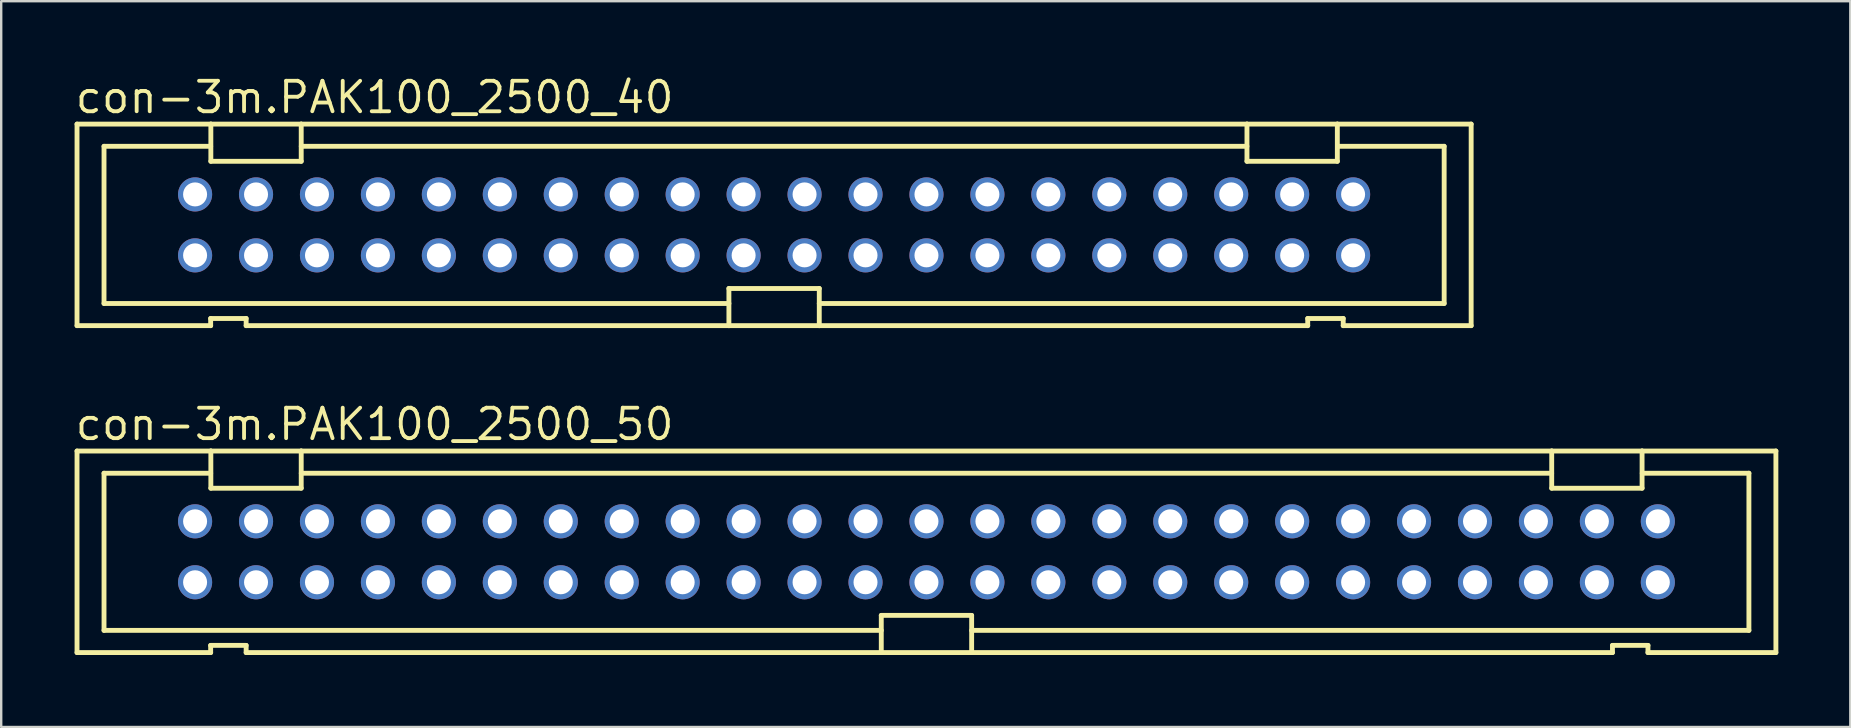
<source format=kicad_pcb>
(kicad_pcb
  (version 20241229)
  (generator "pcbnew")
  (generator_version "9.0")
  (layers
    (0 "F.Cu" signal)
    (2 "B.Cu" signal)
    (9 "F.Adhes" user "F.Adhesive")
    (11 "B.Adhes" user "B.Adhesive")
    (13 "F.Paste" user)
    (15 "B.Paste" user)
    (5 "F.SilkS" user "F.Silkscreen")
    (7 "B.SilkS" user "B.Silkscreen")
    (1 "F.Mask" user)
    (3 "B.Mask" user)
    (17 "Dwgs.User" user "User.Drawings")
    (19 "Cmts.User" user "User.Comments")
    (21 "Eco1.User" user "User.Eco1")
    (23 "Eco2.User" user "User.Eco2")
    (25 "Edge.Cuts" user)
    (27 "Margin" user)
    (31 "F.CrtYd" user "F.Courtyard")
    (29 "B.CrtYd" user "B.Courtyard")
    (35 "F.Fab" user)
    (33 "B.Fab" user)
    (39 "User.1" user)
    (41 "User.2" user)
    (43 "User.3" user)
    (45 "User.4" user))
  (footprint "con-3m.PAK100_2500_40"
    (layer "F.Cu")
    (at 29.21 6.322)
    (property "Reference" "con-3m.PAK100_2500_40" (at -29.21 -4.572 0) (layer "F.SilkS") (effects (font (size 1.27 1.27) (thickness 0.16)) (justify left bottom)))
    (attr through_hole)
    (fp_line (start -29.05 -4.2) (end -23.473 -4.2) (stroke (width 0.203) (type default)) (layer "F.SilkS"))
    (fp_line (start -29.05 4.2) (end -29.05 -4.2) (stroke (width 0.203) (type default)) (layer "F.SilkS"))
    (fp_line (start -27.925 -3.275) (end -23.48 -3.275) (stroke (width 0.203) (type default)) (layer "F.SilkS"))
    (fp_line (start -27.925 3.275) (end -27.925 -3.275) (stroke (width 0.203) (type default)) (layer "F.SilkS"))
    (fp_line (start -23.481 3.9) (end -23.481 4.2) (stroke (width 0.203) (type default)) (layer "F.SilkS"))
    (fp_line (start -23.481 4.2) (end -29.05 4.2) (stroke (width 0.203) (type default)) (layer "F.SilkS"))
    (fp_line (start -23.473 -4.2) (end -23.473 -2.65) (stroke (width 0.203) (type default)) (layer "F.SilkS"))
    (fp_line (start -23.473 -4.2) (end -19.707 -4.2) (stroke (width 0.203) (type default)) (layer "F.SilkS"))
    (fp_line (start -23.473 -2.65) (end -19.707 -2.65) (stroke (width 0.203) (type default)) (layer "F.SilkS"))
    (fp_line (start -22.002 3.9) (end -23.481 3.9) (stroke (width 0.203) (type default)) (layer "F.SilkS"))
    (fp_line (start -22.002 4.2) (end -22.002 3.9) (stroke (width 0.203) (type default)) (layer "F.SilkS"))
    (fp_line (start -19.707 -4.2) (end 19.707 -4.2) (stroke (width 0.203) (type default)) (layer "F.SilkS"))
    (fp_line (start -19.707 -2.65) (end -19.707 -4.2) (stroke (width 0.203) (type default)) (layer "F.SilkS"))
    (fp_line (start -19.705 -3.275) (end 19.705 -3.275) (stroke (width 0.203) (type default)) (layer "F.SilkS"))
    (fp_line (start -1.883 2.65) (end -1.883 4.2) (stroke (width 0.203) (type default)) (layer "F.SilkS"))
    (fp_line (start -1.883 3.275) (end -27.925 3.275) (stroke (width 0.203) (type default)) (layer "F.SilkS"))
    (fp_line (start -1.883 4.2) (end -22.002 4.2) (stroke (width 0.203) (type default)) (layer "F.SilkS"))
    (fp_line (start 1.883 2.65) (end -1.883 2.65) (stroke (width 0.203) (type default)) (layer "F.SilkS"))
    (fp_line (start 1.883 4.2) (end -1.883 4.2) (stroke (width 0.203) (type default)) (layer "F.SilkS"))
    (fp_line (start 1.883 4.2) (end 1.883 2.65) (stroke (width 0.203) (type default)) (layer "F.SilkS"))
    (fp_line (start 19.707 -4.2) (end 19.707 -2.65) (stroke (width 0.203) (type default)) (layer "F.SilkS"))
    (fp_line (start 19.707 -4.2) (end 23.473 -4.2) (stroke (width 0.203) (type default)) (layer "F.SilkS"))
    (fp_line (start 19.707 -2.65) (end 23.473 -2.65) (stroke (width 0.203) (type default)) (layer "F.SilkS"))
    (fp_line (start 22.239 3.9) (end 22.239 4.2) (stroke (width 0.203) (type default)) (layer "F.SilkS"))
    (fp_line (start 22.239 4.2) (end 1.883 4.2) (stroke (width 0.203) (type default)) (layer "F.SilkS"))
    (fp_line (start 23.473 -4.2) (end 29.05 -4.2) (stroke (width 0.203) (type default)) (layer "F.SilkS"))
    (fp_line (start 23.473 -2.65) (end 23.473 -4.2) (stroke (width 0.203) (type default)) (layer "F.SilkS"))
    (fp_line (start 23.48 -3.275) (end 27.925 -3.275) (stroke (width 0.203) (type default)) (layer "F.SilkS"))
    (fp_line (start 23.718 3.9) (end 22.239 3.9) (stroke (width 0.203) (type default)) (layer "F.SilkS"))
    (fp_line (start 23.718 4.2) (end 23.718 3.9) (stroke (width 0.203) (type default)) (layer "F.SilkS"))
    (fp_line (start 27.925 -3.275) (end 27.925 3.275) (stroke (width 0.203) (type default)) (layer "F.SilkS"))
    (fp_line (start 27.925 3.275) (end 1.883 3.275) (stroke (width 0.203) (type default)) (layer "F.SilkS"))
    (fp_line (start 29.05 -4.2) (end 29.05 4.2) (stroke (width 0.203) (type default)) (layer "F.SilkS"))
    (fp_line (start 29.05 4.2) (end 23.718 4.2) (stroke (width 0.203) (type default)) (layer "F.SilkS"))
    (pad "1" thru_hole circle (at -24.13 1.27) (size 1.422 1.422) (drill 1) (layers "*.Cu" "*.Mask"))
    (pad "2" thru_hole circle (at -24.13 -1.27) (size 1.422 1.422) (drill 1) (layers "*.Cu" "*.Mask"))
    (pad "3" thru_hole circle (at -21.59 1.27) (size 1.422 1.422) (drill 1) (layers "*.Cu" "*.Mask"))
    (pad "4" thru_hole circle (at -21.59 -1.27) (size 1.422 1.422) (drill 1) (layers "*.Cu" "*.Mask"))
    (pad "5" thru_hole circle (at -19.05 1.27) (size 1.422 1.422) (drill 1) (layers "*.Cu" "*.Mask"))
    (pad "6" thru_hole circle (at -19.05 -1.27) (size 1.422 1.422) (drill 1) (layers "*.Cu" "*.Mask"))
    (pad "7" thru_hole circle (at -16.51 1.27) (size 1.422 1.422) (drill 1) (layers "*.Cu" "*.Mask"))
    (pad "8" thru_hole circle (at -16.51 -1.27) (size 1.422 1.422) (drill 1) (layers "*.Cu" "*.Mask"))
    (pad "9" thru_hole circle (at -13.97 1.27) (size 1.422 1.422) (drill 1) (layers "*.Cu" "*.Mask"))
    (pad "10" thru_hole circle (at -13.97 -1.27) (size 1.422 1.422) (drill 1) (layers "*.Cu" "*.Mask"))
    (pad "11" thru_hole circle (at -11.43 1.27) (size 1.422 1.422) (drill 1) (layers "*.Cu" "*.Mask"))
    (pad "12" thru_hole circle (at -11.43 -1.27) (size 1.422 1.422) (drill 1) (layers "*.Cu" "*.Mask"))
    (pad "13" thru_hole circle (at -8.89 1.27) (size 1.422 1.422) (drill 1) (layers "*.Cu" "*.Mask"))
    (pad "14" thru_hole circle (at -8.89 -1.27) (size 1.422 1.422) (drill 1) (layers "*.Cu" "*.Mask"))
    (pad "15" thru_hole circle (at -6.35 1.27) (size 1.422 1.422) (drill 1) (layers "*.Cu" "*.Mask"))
    (pad "16" thru_hole circle (at -6.35 -1.27) (size 1.422 1.422) (drill 1) (layers "*.Cu" "*.Mask"))
    (pad "17" thru_hole circle (at -3.81 1.27) (size 1.422 1.422) (drill 1) (layers "*.Cu" "*.Mask"))
    (pad "18" thru_hole circle (at -3.81 -1.27) (size 1.422 1.422) (drill 1) (layers "*.Cu" "*.Mask"))
    (pad "19" thru_hole circle (at -1.27 1.27) (size 1.422 1.422) (drill 1) (layers "*.Cu" "*.Mask"))
    (pad "20" thru_hole circle (at -1.27 -1.27) (size 1.422 1.422) (drill 1) (layers "*.Cu" "*.Mask"))
    (pad "21" thru_hole circle (at 1.27 1.27) (size 1.422 1.422) (drill 1) (layers "*.Cu" "*.Mask"))
    (pad "22" thru_hole circle (at 1.27 -1.27) (size 1.422 1.422) (drill 1) (layers "*.Cu" "*.Mask"))
    (pad "23" thru_hole circle (at 3.81 1.27) (size 1.422 1.422) (drill 1) (layers "*.Cu" "*.Mask"))
    (pad "24" thru_hole circle (at 3.81 -1.27) (size 1.422 1.422) (drill 1) (layers "*.Cu" "*.Mask"))
    (pad "25" thru_hole circle (at 6.35 1.27) (size 1.422 1.422) (drill 1) (layers "*.Cu" "*.Mask"))
    (pad "26" thru_hole circle (at 6.35 -1.27) (size 1.422 1.422) (drill 1) (layers "*.Cu" "*.Mask"))
    (pad "27" thru_hole circle (at 8.89 1.27) (size 1.422 1.422) (drill 1) (layers "*.Cu" "*.Mask"))
    (pad "28" thru_hole circle (at 8.89 -1.27) (size 1.422 1.422) (drill 1) (layers "*.Cu" "*.Mask"))
    (pad "29" thru_hole circle (at 11.43 1.27) (size 1.422 1.422) (drill 1) (layers "*.Cu" "*.Mask"))
    (pad "30" thru_hole circle (at 11.43 -1.27) (size 1.422 1.422) (drill 1) (layers "*.Cu" "*.Mask"))
    (pad "31" thru_hole circle (at 13.97 1.27) (size 1.422 1.422) (drill 1) (layers "*.Cu" "*.Mask"))
    (pad "32" thru_hole circle (at 13.97 -1.27) (size 1.422 1.422) (drill 1) (layers "*.Cu" "*.Mask"))
    (pad "33" thru_hole circle (at 16.51 1.27) (size 1.422 1.422) (drill 1) (layers "*.Cu" "*.Mask"))
    (pad "34" thru_hole circle (at 16.51 -1.27) (size 1.422 1.422) (drill 1) (layers "*.Cu" "*.Mask"))
    (pad "35" thru_hole circle (at 19.05 1.27) (size 1.422 1.422) (drill 1) (layers "*.Cu" "*.Mask"))
    (pad "36" thru_hole circle (at 19.05 -1.27) (size 1.422 1.422) (drill 1) (layers "*.Cu" "*.Mask"))
    (pad "37" thru_hole circle (at 21.59 1.27) (size 1.422 1.422) (drill 1) (layers "*.Cu" "*.Mask"))
    (pad "38" thru_hole circle (at 21.59 -1.27) (size 1.422 1.422) (drill 1) (layers "*.Cu" "*.Mask"))
    (pad "39" thru_hole circle (at 24.13 1.27) (size 1.422 1.422) (drill 1) (layers "*.Cu" "*.Mask"))
    (pad "40" thru_hole circle (at 24.13 -1.27) (size 1.422 1.422) (drill 1) (layers "*.Cu" "*.Mask")))
  (footprint "con-3m.PAK100_2500_50"
    (layer "F.Cu")
    (at 35.56 19.946)
    (property "Reference" "con-3m.PAK100_2500_50" (at -35.56 -4.572 0) (layer "F.SilkS") (effects (font (size 1.27 1.27) (thickness 0.16)) (justify left bottom)))
    (attr through_hole)
    (fp_line (start -35.4 -4.2) (end -29.823 -4.2) (stroke (width 0.203) (type default)) (layer "F.SilkS"))
    (fp_line (start -35.4 4.2) (end -35.4 -4.2) (stroke (width 0.203) (type default)) (layer "F.SilkS"))
    (fp_line (start -34.275 -3.275) (end -29.83 -3.275) (stroke (width 0.203) (type default)) (layer "F.SilkS"))
    (fp_line (start -34.275 3.275) (end -34.275 -3.275) (stroke (width 0.203) (type default)) (layer "F.SilkS"))
    (fp_line (start -29.831 3.9) (end -29.831 4.2) (stroke (width 0.203) (type default)) (layer "F.SilkS"))
    (fp_line (start -29.831 4.2) (end -35.4 4.2) (stroke (width 0.203) (type default)) (layer "F.SilkS"))
    (fp_line (start -29.823 -4.2) (end -29.823 -2.65) (stroke (width 0.203) (type default)) (layer "F.SilkS"))
    (fp_line (start -29.823 -4.2) (end -26.057 -4.2) (stroke (width 0.203) (type default)) (layer "F.SilkS"))
    (fp_line (start -29.823 -2.65) (end -26.057 -2.65) (stroke (width 0.203) (type default)) (layer "F.SilkS"))
    (fp_line (start -28.352 3.9) (end -29.831 3.9) (stroke (width 0.203) (type default)) (layer "F.SilkS"))
    (fp_line (start -28.352 4.2) (end -28.352 3.9) (stroke (width 0.203) (type default)) (layer "F.SilkS"))
    (fp_line (start -26.057 -4.2) (end 26.057 -4.2) (stroke (width 0.203) (type default)) (layer "F.SilkS"))
    (fp_line (start -26.057 -2.65) (end -26.057 -4.2) (stroke (width 0.203) (type default)) (layer "F.SilkS"))
    (fp_line (start -26.055 -3.275) (end 26.055 -3.275) (stroke (width 0.203) (type default)) (layer "F.SilkS"))
    (fp_line (start -1.883 2.65) (end -1.883 4.2) (stroke (width 0.203) (type default)) (layer "F.SilkS"))
    (fp_line (start -1.883 3.275) (end -34.275 3.275) (stroke (width 0.203) (type default)) (layer "F.SilkS"))
    (fp_line (start -1.883 4.2) (end -28.352 4.2) (stroke (width 0.203) (type default)) (layer "F.SilkS"))
    (fp_line (start 1.883 2.65) (end -1.883 2.65) (stroke (width 0.203) (type default)) (layer "F.SilkS"))
    (fp_line (start 1.883 4.2) (end -1.883 4.2) (stroke (width 0.203) (type default)) (layer "F.SilkS"))
    (fp_line (start 1.883 4.2) (end 1.883 2.65) (stroke (width 0.203) (type default)) (layer "F.SilkS"))
    (fp_line (start 26.057 -4.2) (end 26.057 -2.65) (stroke (width 0.203) (type default)) (layer "F.SilkS"))
    (fp_line (start 26.057 -4.2) (end 29.823 -4.2) (stroke (width 0.203) (type default)) (layer "F.SilkS"))
    (fp_line (start 26.057 -2.65) (end 29.823 -2.65) (stroke (width 0.203) (type default)) (layer "F.SilkS"))
    (fp_line (start 28.589 3.9) (end 28.589 4.2) (stroke (width 0.203) (type default)) (layer "F.SilkS"))
    (fp_line (start 28.589 4.2) (end 1.883 4.2) (stroke (width 0.203) (type default)) (layer "F.SilkS"))
    (fp_line (start 29.823 -4.2) (end 35.4 -4.2) (stroke (width 0.203) (type default)) (layer "F.SilkS"))
    (fp_line (start 29.823 -2.65) (end 29.823 -4.2) (stroke (width 0.203) (type default)) (layer "F.SilkS"))
    (fp_line (start 29.83 -3.275) (end 34.275 -3.275) (stroke (width 0.203) (type default)) (layer "F.SilkS"))
    (fp_line (start 30.068 3.9) (end 28.589 3.9) (stroke (width 0.203) (type default)) (layer "F.SilkS"))
    (fp_line (start 30.068 4.2) (end 30.068 3.9) (stroke (width 0.203) (type default)) (layer "F.SilkS"))
    (fp_line (start 34.275 -3.275) (end 34.275 3.275) (stroke (width 0.203) (type default)) (layer "F.SilkS"))
    (fp_line (start 34.275 3.275) (end 1.883 3.275) (stroke (width 0.203) (type default)) (layer "F.SilkS"))
    (fp_line (start 35.4 -4.2) (end 35.4 4.2) (stroke (width 0.203) (type default)) (layer "F.SilkS"))
    (fp_line (start 35.4 4.2) (end 30.068 4.2) (stroke (width 0.203) (type default)) (layer "F.SilkS"))
    (pad "1" thru_hole circle (at -30.48 1.27) (size 1.422 1.422) (drill 1) (layers "*.Cu" "*.Mask"))
    (pad "2" thru_hole circle (at -30.48 -1.27) (size 1.422 1.422) (drill 1) (layers "*.Cu" "*.Mask"))
    (pad "3" thru_hole circle (at -27.94 1.27) (size 1.422 1.422) (drill 1) (layers "*.Cu" "*.Mask"))
    (pad "4" thru_hole circle (at -27.94 -1.27) (size 1.422 1.422) (drill 1) (layers "*.Cu" "*.Mask"))
    (pad "5" thru_hole circle (at -25.4 1.27) (size 1.422 1.422) (drill 1) (layers "*.Cu" "*.Mask"))
    (pad "6" thru_hole circle (at -25.4 -1.27) (size 1.422 1.422) (drill 1) (layers "*.Cu" "*.Mask"))
    (pad "7" thru_hole circle (at -22.86 1.27) (size 1.422 1.422) (drill 1) (layers "*.Cu" "*.Mask"))
    (pad "8" thru_hole circle (at -22.86 -1.27) (size 1.422 1.422) (drill 1) (layers "*.Cu" "*.Mask"))
    (pad "9" thru_hole circle (at -20.32 1.27) (size 1.422 1.422) (drill 1) (layers "*.Cu" "*.Mask"))
    (pad "10" thru_hole circle (at -20.32 -1.27) (size 1.422 1.422) (drill 1) (layers "*.Cu" "*.Mask"))
    (pad "11" thru_hole circle (at -17.78 1.27) (size 1.422 1.422) (drill 1) (layers "*.Cu" "*.Mask"))
    (pad "12" thru_hole circle (at -17.78 -1.27) (size 1.422 1.422) (drill 1) (layers "*.Cu" "*.Mask"))
    (pad "13" thru_hole circle (at -15.24 1.27) (size 1.422 1.422) (drill 1) (layers "*.Cu" "*.Mask"))
    (pad "14" thru_hole circle (at -15.24 -1.27) (size 1.422 1.422) (drill 1) (layers "*.Cu" "*.Mask"))
    (pad "15" thru_hole circle (at -12.7 1.27) (size 1.422 1.422) (drill 1) (layers "*.Cu" "*.Mask"))
    (pad "16" thru_hole circle (at -12.7 -1.27) (size 1.422 1.422) (drill 1) (layers "*.Cu" "*.Mask"))
    (pad "17" thru_hole circle (at -10.16 1.27) (size 1.422 1.422) (drill 1) (layers "*.Cu" "*.Mask"))
    (pad "18" thru_hole circle (at -10.16 -1.27) (size 1.422 1.422) (drill 1) (layers "*.Cu" "*.Mask"))
    (pad "19" thru_hole circle (at -7.62 1.27) (size 1.422 1.422) (drill 1) (layers "*.Cu" "*.Mask"))
    (pad "20" thru_hole circle (at -7.62 -1.27) (size 1.422 1.422) (drill 1) (layers "*.Cu" "*.Mask"))
    (pad "21" thru_hole circle (at -5.08 1.27) (size 1.422 1.422) (drill 1) (layers "*.Cu" "*.Mask"))
    (pad "22" thru_hole circle (at -5.08 -1.27) (size 1.422 1.422) (drill 1) (layers "*.Cu" "*.Mask"))
    (pad "23" thru_hole circle (at -2.54 1.27) (size 1.422 1.422) (drill 1) (layers "*.Cu" "*.Mask"))
    (pad "24" thru_hole circle (at -2.54 -1.27) (size 1.422 1.422) (drill 1) (layers "*.Cu" "*.Mask"))
    (pad "25" thru_hole circle (at 0 1.27) (size 1.422 1.422) (drill 1) (layers "*.Cu" "*.Mask"))
    (pad "26" thru_hole circle (at 0 -1.27) (size 1.422 1.422) (drill 1) (layers "*.Cu" "*.Mask"))
    (pad "27" thru_hole circle (at 2.54 1.27) (size 1.422 1.422) (drill 1) (layers "*.Cu" "*.Mask"))
    (pad "28" thru_hole circle (at 2.54 -1.27) (size 1.422 1.422) (drill 1) (layers "*.Cu" "*.Mask"))
    (pad "29" thru_hole circle (at 5.08 1.27) (size 1.422 1.422) (drill 1) (layers "*.Cu" "*.Mask"))
    (pad "30" thru_hole circle (at 5.08 -1.27) (size 1.422 1.422) (drill 1) (layers "*.Cu" "*.Mask"))
    (pad "31" thru_hole circle (at 7.62 1.27) (size 1.422 1.422) (drill 1) (layers "*.Cu" "*.Mask"))
    (pad "32" thru_hole circle (at 7.62 -1.27) (size 1.422 1.422) (drill 1) (layers "*.Cu" "*.Mask"))
    (pad "33" thru_hole circle (at 10.16 1.27) (size 1.422 1.422) (drill 1) (layers "*.Cu" "*.Mask"))
    (pad "34" thru_hole circle (at 10.16 -1.27) (size 1.422 1.422) (drill 1) (layers "*.Cu" "*.Mask"))
    (pad "35" thru_hole circle (at 12.7 1.27) (size 1.422 1.422) (drill 1) (layers "*.Cu" "*.Mask"))
    (pad "36" thru_hole circle (at 12.7 -1.27) (size 1.422 1.422) (drill 1) (layers "*.Cu" "*.Mask"))
    (pad "37" thru_hole circle (at 15.24 1.27) (size 1.422 1.422) (drill 1) (layers "*.Cu" "*.Mask"))
    (pad "38" thru_hole circle (at 15.24 -1.27) (size 1.422 1.422) (drill 1) (layers "*.Cu" "*.Mask"))
    (pad "39" thru_hole circle (at 17.78 1.27) (size 1.422 1.422) (drill 1) (layers "*.Cu" "*.Mask"))
    (pad "40" thru_hole circle (at 17.78 -1.27) (size 1.422 1.422) (drill 1) (layers "*.Cu" "*.Mask"))
    (pad "41" thru_hole circle (at 20.32 1.27) (size 1.422 1.422) (drill 1) (layers "*.Cu" "*.Mask"))
    (pad "42" thru_hole circle (at 20.32 -1.27) (size 1.422 1.422) (drill 1) (layers "*.Cu" "*.Mask"))
    (pad "43" thru_hole circle (at 22.86 1.27) (size 1.422 1.422) (drill 1) (layers "*.Cu" "*.Mask"))
    (pad "44" thru_hole circle (at 22.86 -1.27) (size 1.422 1.422) (drill 1) (layers "*.Cu" "*.Mask"))
    (pad "45" thru_hole circle (at 25.4 1.27) (size 1.422 1.422) (drill 1) (layers "*.Cu" "*.Mask"))
    (pad "46" thru_hole circle (at 25.4 -1.27) (size 1.422 1.422) (drill 1) (layers "*.Cu" "*.Mask"))
    (pad "47" thru_hole circle (at 27.94 1.27) (size 1.422 1.422) (drill 1) (layers "*.Cu" "*.Mask"))
    (pad "48" thru_hole circle (at 27.94 -1.27) (size 1.422 1.422) (drill 1) (layers "*.Cu" "*.Mask"))
    (pad "49" thru_hole circle (at 30.48 1.27) (size 1.422 1.422) (drill 1) (layers "*.Cu" "*.Mask"))
    (pad "50" thru_hole circle (at 30.48 -1.27) (size 1.422 1.422) (drill 1) (layers "*.Cu" "*.Mask")))
  (gr_rect
    (start -3 -3)
    (end 74.062 27.247)
    (stroke (width 0.1) (type default))
    (fill no)
    (layer "Edge.Cuts")))
</source>
